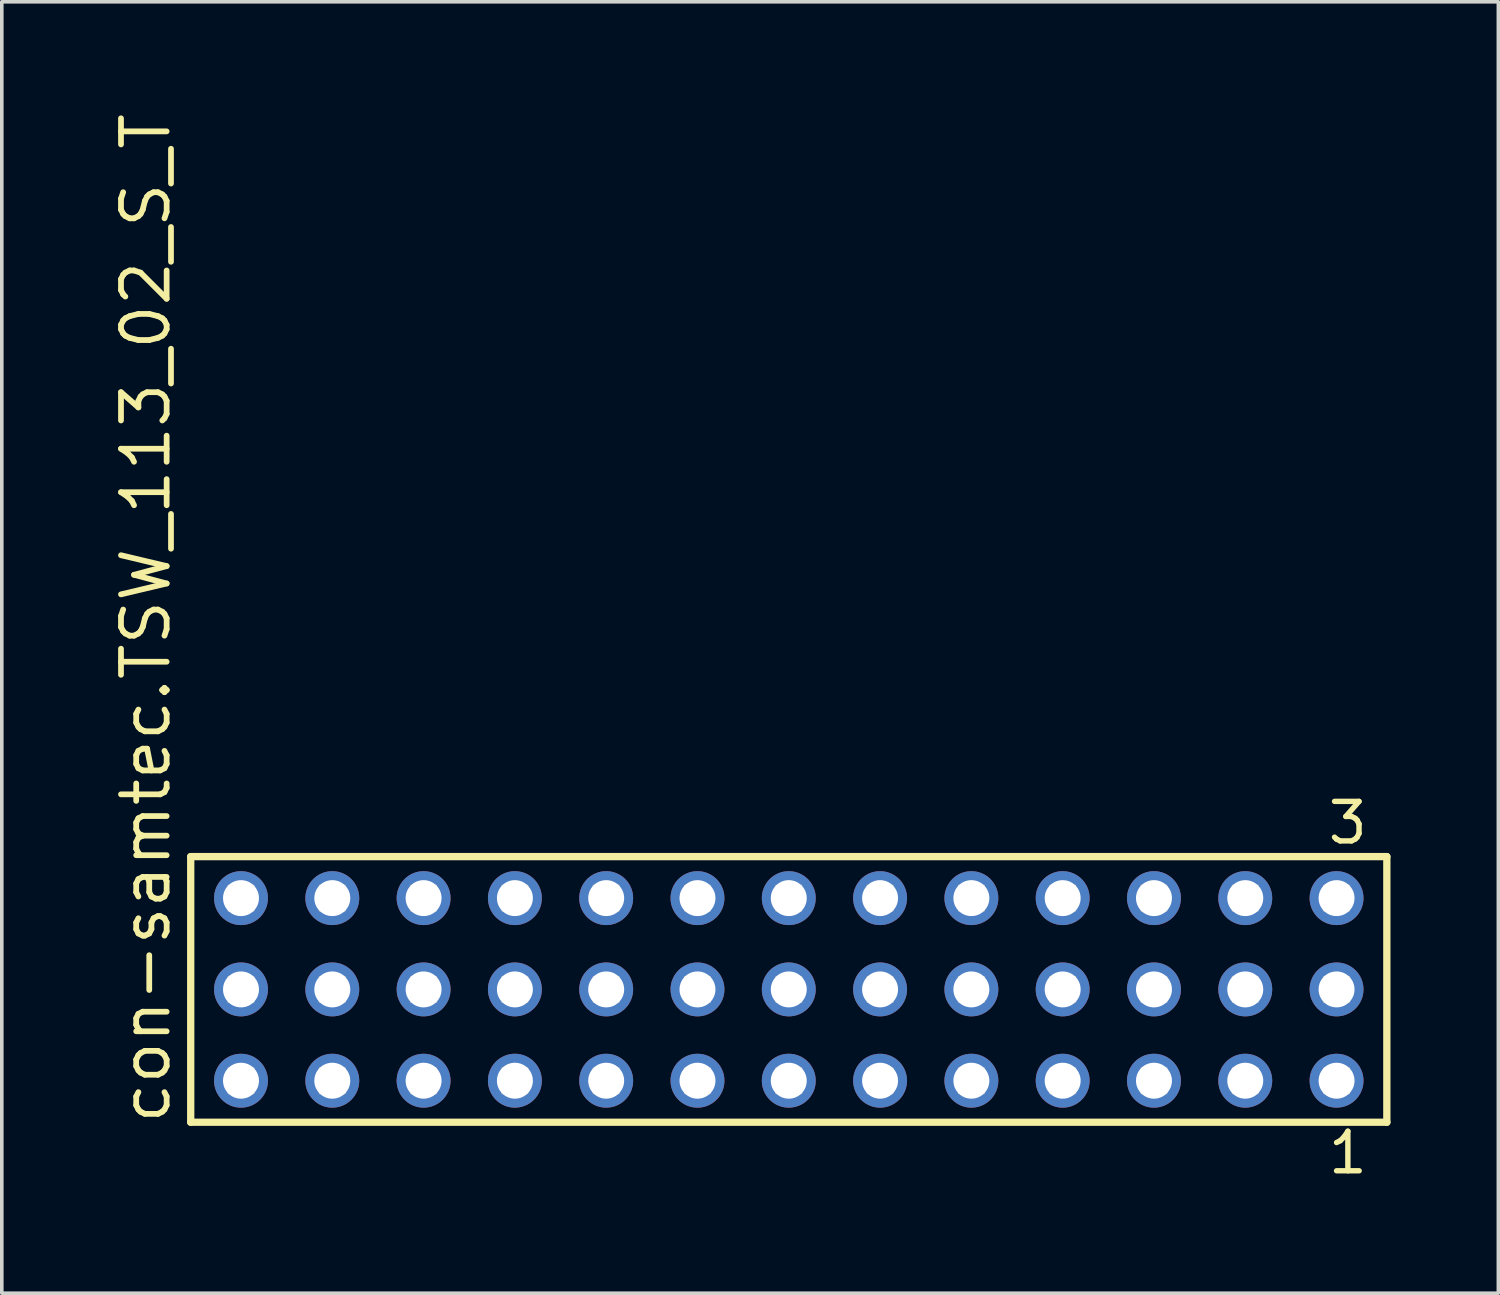
<source format=kicad_pcb>
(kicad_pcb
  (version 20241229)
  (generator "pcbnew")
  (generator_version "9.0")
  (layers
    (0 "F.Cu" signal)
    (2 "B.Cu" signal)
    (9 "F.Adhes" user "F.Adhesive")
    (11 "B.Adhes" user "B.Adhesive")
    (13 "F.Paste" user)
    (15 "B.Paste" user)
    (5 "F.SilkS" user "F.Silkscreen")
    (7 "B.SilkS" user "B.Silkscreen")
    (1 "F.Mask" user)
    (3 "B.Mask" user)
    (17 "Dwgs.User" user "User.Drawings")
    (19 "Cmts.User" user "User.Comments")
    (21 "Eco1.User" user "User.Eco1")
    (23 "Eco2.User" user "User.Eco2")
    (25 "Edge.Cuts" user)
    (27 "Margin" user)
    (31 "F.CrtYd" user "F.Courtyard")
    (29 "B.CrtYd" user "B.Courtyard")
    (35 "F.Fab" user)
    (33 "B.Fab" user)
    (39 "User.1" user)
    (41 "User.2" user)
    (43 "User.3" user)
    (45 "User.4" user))
  (footprint "con-samtec.TSW_113_02_S_T"
    (layer "F.Cu")
    (at 18.895 24.477)
    (property "Reference" "con-samtec.TSW_113_02_S_T" (at -17.145 3.81 90) (layer "F.SilkS") (effects (font (size 1.27 1.27) (thickness 0.16)) (justify left bottom)))
    (attr through_hole)
    (fp_line (start -16.639 -3.695) (end 16.639 -3.695) (stroke (width 0.203) (type default)) (layer "F.SilkS"))
    (fp_line (start -16.639 3.695) (end -16.639 -3.695) (stroke (width 0.203) (type default)) (layer "F.SilkS"))
    (fp_line (start 16.639 -3.695) (end 16.639 3.695) (stroke (width 0.203) (type default)) (layer "F.SilkS"))
    (fp_line (start 16.639 3.695) (end -16.639 3.695) (stroke (width 0.203) (type default)) (layer "F.SilkS"))
    (fp_rect (start -15.59 -2.19) (end -14.89 -2.89) (stroke (width 0.05) (type default)) (fill no) (layer "F.Fab"))
    (fp_rect (start -15.59 0.35) (end -14.89 -0.35) (stroke (width 0.05) (type default)) (fill no) (layer "F.Fab"))
    (fp_rect (start -15.59 2.89) (end -14.89 2.19) (stroke (width 0.05) (type default)) (fill no) (layer "F.Fab"))
    (fp_rect (start -13.05 -2.19) (end -12.35 -2.89) (stroke (width 0.05) (type default)) (fill no) (layer "F.Fab"))
    (fp_rect (start -13.05 0.35) (end -12.35 -0.35) (stroke (width 0.05) (type default)) (fill no) (layer "F.Fab"))
    (fp_rect (start -13.05 2.89) (end -12.35 2.19) (stroke (width 0.05) (type default)) (fill no) (layer "F.Fab"))
    (fp_rect (start -10.51 -2.19) (end -9.81 -2.89) (stroke (width 0.05) (type default)) (fill no) (layer "F.Fab"))
    (fp_rect (start -10.51 0.35) (end -9.81 -0.35) (stroke (width 0.05) (type default)) (fill no) (layer "F.Fab"))
    (fp_rect (start -10.51 2.89) (end -9.81 2.19) (stroke (width 0.05) (type default)) (fill no) (layer "F.Fab"))
    (fp_rect (start -7.97 -2.19) (end -7.27 -2.89) (stroke (width 0.05) (type default)) (fill no) (layer "F.Fab"))
    (fp_rect (start -7.97 0.35) (end -7.27 -0.35) (stroke (width 0.05) (type default)) (fill no) (layer "F.Fab"))
    (fp_rect (start -7.97 2.89) (end -7.27 2.19) (stroke (width 0.05) (type default)) (fill no) (layer "F.Fab"))
    (fp_rect (start -5.43 -2.19) (end -4.73 -2.89) (stroke (width 0.05) (type default)) (fill no) (layer "F.Fab"))
    (fp_rect (start -5.43 0.35) (end -4.73 -0.35) (stroke (width 0.05) (type default)) (fill no) (layer "F.Fab"))
    (fp_rect (start -5.43 2.89) (end -4.73 2.19) (stroke (width 0.05) (type default)) (fill no) (layer "F.Fab"))
    (fp_rect (start -2.89 -2.19) (end -2.19 -2.89) (stroke (width 0.05) (type default)) (fill no) (layer "F.Fab"))
    (fp_rect (start -2.89 0.35) (end -2.19 -0.35) (stroke (width 0.05) (type default)) (fill no) (layer "F.Fab"))
    (fp_rect (start -2.89 2.89) (end -2.19 2.19) (stroke (width 0.05) (type default)) (fill no) (layer "F.Fab"))
    (fp_rect (start -0.35 -2.19) (end 0.35 -2.89) (stroke (width 0.05) (type default)) (fill no) (layer "F.Fab"))
    (fp_rect (start -0.35 0.35) (end 0.35 -0.35) (stroke (width 0.05) (type default)) (fill no) (layer "F.Fab"))
    (fp_rect (start -0.35 2.89) (end 0.35 2.19) (stroke (width 0.05) (type default)) (fill no) (layer "F.Fab"))
    (fp_rect (start 2.19 -2.19) (end 2.89 -2.89) (stroke (width 0.05) (type default)) (fill no) (layer "F.Fab"))
    (fp_rect (start 2.19 0.35) (end 2.89 -0.35) (stroke (width 0.05) (type default)) (fill no) (layer "F.Fab"))
    (fp_rect (start 2.19 2.89) (end 2.89 2.19) (stroke (width 0.05) (type default)) (fill no) (layer "F.Fab"))
    (fp_rect (start 4.73 -2.19) (end 5.43 -2.89) (stroke (width 0.05) (type default)) (fill no) (layer "F.Fab"))
    (fp_rect (start 4.73 0.35) (end 5.43 -0.35) (stroke (width 0.05) (type default)) (fill no) (layer "F.Fab"))
    (fp_rect (start 4.73 2.89) (end 5.43 2.19) (stroke (width 0.05) (type default)) (fill no) (layer "F.Fab"))
    (fp_rect (start 7.27 -2.19) (end 7.97 -2.89) (stroke (width 0.05) (type default)) (fill no) (layer "F.Fab"))
    (fp_rect (start 7.27 0.35) (end 7.97 -0.35) (stroke (width 0.05) (type default)) (fill no) (layer "F.Fab"))
    (fp_rect (start 7.27 2.89) (end 7.97 2.19) (stroke (width 0.05) (type default)) (fill no) (layer "F.Fab"))
    (fp_rect (start 9.81 -2.19) (end 10.51 -2.89) (stroke (width 0.05) (type default)) (fill no) (layer "F.Fab"))
    (fp_rect (start 9.81 0.35) (end 10.51 -0.35) (stroke (width 0.05) (type default)) (fill no) (layer "F.Fab"))
    (fp_rect (start 9.81 2.89) (end 10.51 2.19) (stroke (width 0.05) (type default)) (fill no) (layer "F.Fab"))
    (fp_rect (start 12.35 -2.19) (end 13.05 -2.89) (stroke (width 0.05) (type default)) (fill no) (layer "F.Fab"))
    (fp_rect (start 12.35 0.35) (end 13.05 -0.35) (stroke (width 0.05) (type default)) (fill no) (layer "F.Fab"))
    (fp_rect (start 12.35 2.89) (end 13.05 2.19) (stroke (width 0.05) (type default)) (fill no) (layer "F.Fab"))
    (fp_rect (start 14.89 -2.19) (end 15.59 -2.89) (stroke (width 0.05) (type default)) (fill no) (layer "F.Fab"))
    (fp_rect (start 14.89 0.35) (end 15.59 -0.35) (stroke (width 0.05) (type default)) (fill no) (layer "F.Fab"))
    (fp_rect (start 14.89 2.89) (end 15.59 2.19) (stroke (width 0.05) (type default)) (fill no) (layer "F.Fab"))
    (fp_text user "1" (at 14.932 5.188 0) (layer "F.SilkS") (effects (font (size 1.1 1.1) (thickness 0.15)) (justify left bottom)))
    (fp_text user "3" (at 14.928 -3.989 0) (layer "F.SilkS") (effects (font (size 1.1 1.1) (thickness 0.15)) (justify left bottom)))
    (pad "1" thru_hole circle (at 15.24 2.54 180) (size 1.5 1.5) (drill 1) (layers "*.Cu" "*.Mask"))
    (pad "2" thru_hole circle (at 15.24 0 180) (size 1.5 1.5) (drill 1) (layers "*.Cu" "*.Mask"))
    (pad "3" thru_hole circle (at 15.24 -2.54 180) (size 1.5 1.5) (drill 1) (layers "*.Cu" "*.Mask"))
    (pad "4" thru_hole circle (at 12.7 2.54 180) (size 1.5 1.5) (drill 1) (layers "*.Cu" "*.Mask"))
    (pad "5" thru_hole circle (at 12.7 0 180) (size 1.5 1.5) (drill 1) (layers "*.Cu" "*.Mask"))
    (pad "6" thru_hole circle (at 12.7 -2.54 180) (size 1.5 1.5) (drill 1) (layers "*.Cu" "*.Mask"))
    (pad "7" thru_hole circle (at 10.16 2.54 180) (size 1.5 1.5) (drill 1) (layers "*.Cu" "*.Mask"))
    (pad "8" thru_hole circle (at 10.16 0 180) (size 1.5 1.5) (drill 1) (layers "*.Cu" "*.Mask"))
    (pad "9" thru_hole circle (at 10.16 -2.54 180) (size 1.5 1.5) (drill 1) (layers "*.Cu" "*.Mask"))
    (pad "10" thru_hole circle (at 7.62 2.54 180) (size 1.5 1.5) (drill 1) (layers "*.Cu" "*.Mask"))
    (pad "11" thru_hole circle (at 7.62 0 180) (size 1.5 1.5) (drill 1) (layers "*.Cu" "*.Mask"))
    (pad "12" thru_hole circle (at 7.62 -2.54 180) (size 1.5 1.5) (drill 1) (layers "*.Cu" "*.Mask"))
    (pad "13" thru_hole circle (at 5.08 2.54 180) (size 1.5 1.5) (drill 1) (layers "*.Cu" "*.Mask"))
    (pad "14" thru_hole circle (at 5.08 0 180) (size 1.5 1.5) (drill 1) (layers "*.Cu" "*.Mask"))
    (pad "15" thru_hole circle (at 5.08 -2.54 180) (size 1.5 1.5) (drill 1) (layers "*.Cu" "*.Mask"))
    (pad "16" thru_hole circle (at 2.54 2.54 180) (size 1.5 1.5) (drill 1) (layers "*.Cu" "*.Mask"))
    (pad "17" thru_hole circle (at 2.54 0 180) (size 1.5 1.5) (drill 1) (layers "*.Cu" "*.Mask"))
    (pad "18" thru_hole circle (at 2.54 -2.54 180) (size 1.5 1.5) (drill 1) (layers "*.Cu" "*.Mask"))
    (pad "19" thru_hole circle (at 0 2.54 180) (size 1.5 1.5) (drill 1) (layers "*.Cu" "*.Mask"))
    (pad "20" thru_hole circle (at 0 0 180) (size 1.5 1.5) (drill 1) (layers "*.Cu" "*.Mask"))
    (pad "21" thru_hole circle (at 0 -2.54 180) (size 1.5 1.5) (drill 1) (layers "*.Cu" "*.Mask"))
    (pad "22" thru_hole circle (at -2.54 2.54 180) (size 1.5 1.5) (drill 1) (layers "*.Cu" "*.Mask"))
    (pad "23" thru_hole circle (at -2.54 0 180) (size 1.5 1.5) (drill 1) (layers "*.Cu" "*.Mask"))
    (pad "24" thru_hole circle (at -2.54 -2.54 180) (size 1.5 1.5) (drill 1) (layers "*.Cu" "*.Mask"))
    (pad "25" thru_hole circle (at -5.08 2.54 180) (size 1.5 1.5) (drill 1) (layers "*.Cu" "*.Mask"))
    (pad "26" thru_hole circle (at -5.08 0 180) (size 1.5 1.5) (drill 1) (layers "*.Cu" "*.Mask"))
    (pad "27" thru_hole circle (at -5.08 -2.54 180) (size 1.5 1.5) (drill 1) (layers "*.Cu" "*.Mask"))
    (pad "28" thru_hole circle (at -7.62 2.54 180) (size 1.5 1.5) (drill 1) (layers "*.Cu" "*.Mask"))
    (pad "29" thru_hole circle (at -7.62 0 180) (size 1.5 1.5) (drill 1) (layers "*.Cu" "*.Mask"))
    (pad "30" thru_hole circle (at -7.62 -2.54 180) (size 1.5 1.5) (drill 1) (layers "*.Cu" "*.Mask"))
    (pad "31" thru_hole circle (at -10.16 2.54 180) (size 1.5 1.5) (drill 1) (layers "*.Cu" "*.Mask"))
    (pad "32" thru_hole circle (at -10.16 0 180) (size 1.5 1.5) (drill 1) (layers "*.Cu" "*.Mask"))
    (pad "33" thru_hole circle (at -10.16 -2.54 180) (size 1.5 1.5) (drill 1) (layers "*.Cu" "*.Mask"))
    (pad "34" thru_hole circle (at -12.7 2.54 180) (size 1.5 1.5) (drill 1) (layers "*.Cu" "*.Mask"))
    (pad "35" thru_hole circle (at -12.7 0 180) (size 1.5 1.5) (drill 1) (layers "*.Cu" "*.Mask"))
    (pad "36" thru_hole circle (at -12.7 -2.54 180) (size 1.5 1.5) (drill 1) (layers "*.Cu" "*.Mask"))
    (pad "37" thru_hole circle (at -15.24 2.54 180) (size 1.5 1.5) (drill 1) (layers "*.Cu" "*.Mask"))
    (pad "38" thru_hole circle (at -15.24 0 180) (size 1.5 1.5) (drill 1) (layers "*.Cu" "*.Mask"))
    (pad "39" thru_hole circle (at -15.24 -2.54 180) (size 1.5 1.5) (drill 1) (layers "*.Cu" "*.Mask")))
  (gr_rect
    (start -3 -3)
    (end 38.636 32.928)
    (stroke (width 0.1) (type default))
    (fill no)
    (layer "Edge.Cuts")))
</source>
